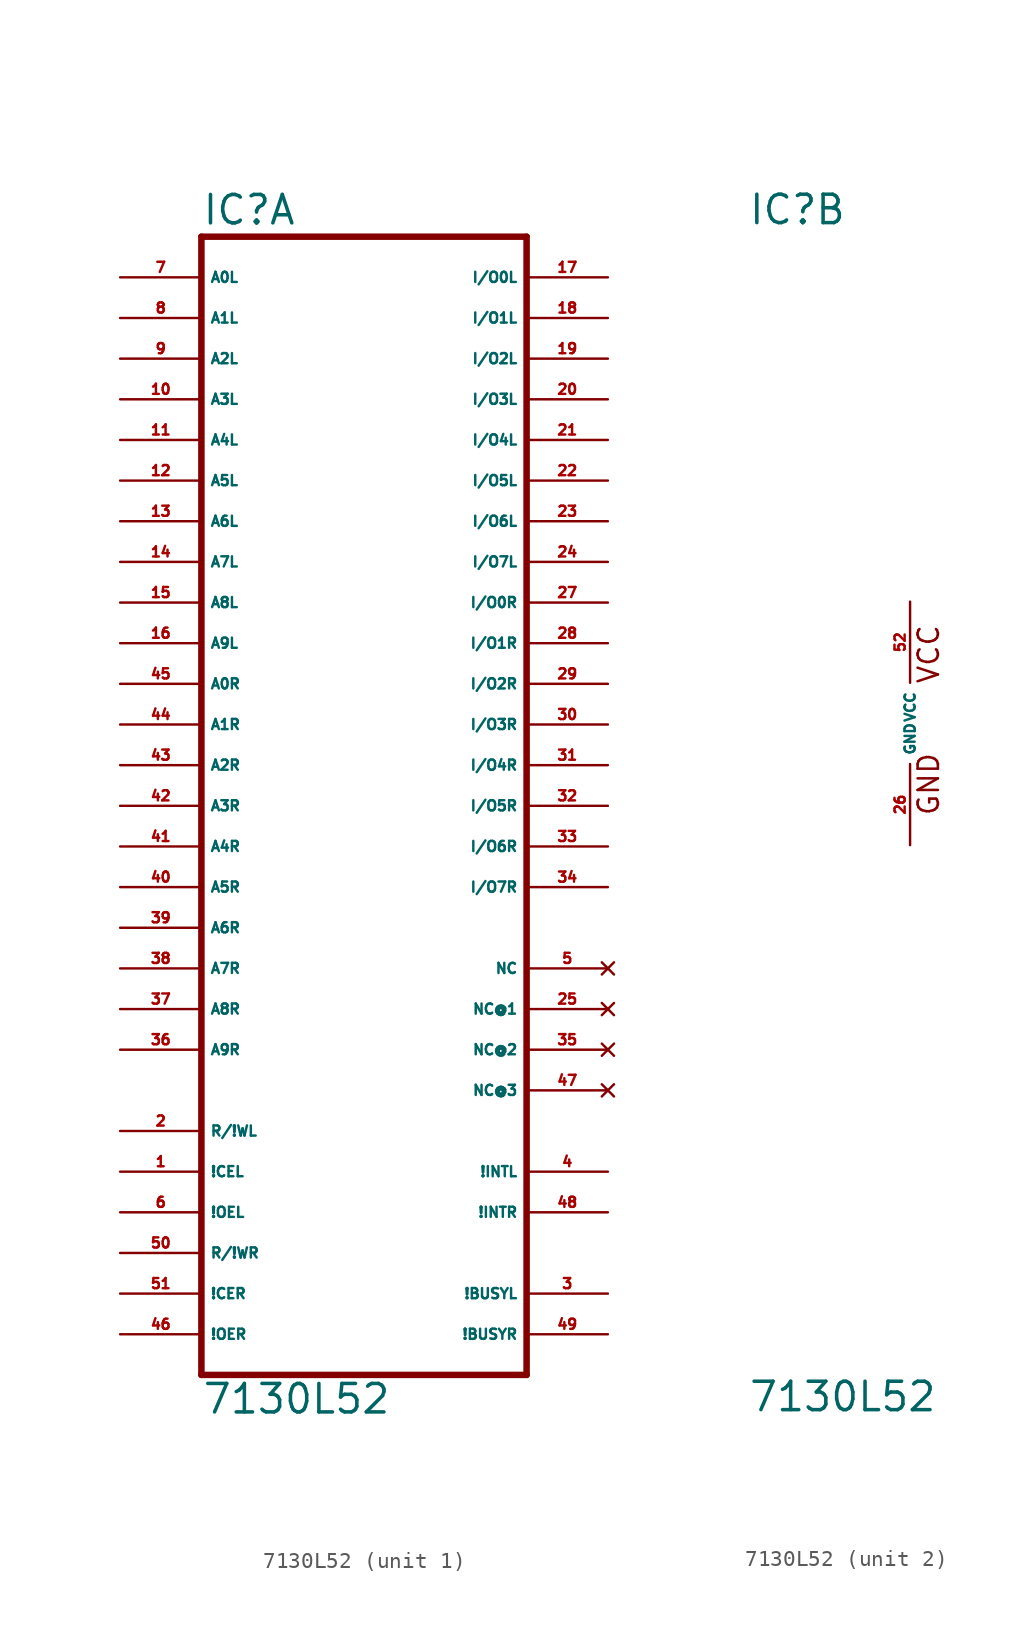
<source format=kicad_sym>
(kicad_symbol_lib
  (version 20220914)
  (generator Eagle2Kicad)
  (symbol "7130L52"
    (property "Reference" "IC"
      (at -10.16 31.115 0)
      (effects (font (size 1.778 1.778) (thickness 0.22)) (justify left bottom)))
    (property "Value" "7130L52"
      (at -10.16 -43.18 0)
      (effects (font (size 1.778 1.778) (thickness 0.22)) (justify left bottom)))
    (symbol "7130L52_1_0"
      (polyline (pts (xy -10.16 -40.64) (xy 10.16 -40.64)) (stroke (width 0.406) (type default)) (fill (type none)))
      (polyline (pts (xy 10.16 -40.64) (xy 10.16 30.48)) (stroke (width 0.406) (type default)) (fill (type none)))
      (polyline (pts (xy 10.16 30.48) (xy -10.16 30.48)) (stroke (width 0.406) (type default)) (fill (type none)))
      (polyline (pts (xy -10.16 30.48) (xy -10.16 -40.64)) (stroke (width 0.406) (type default)) (fill (type none)))
      (pin input line (at -15.24 27.94 0) (length 5.08) (name "A0L" (effects (font (size 0.635 0.635) (thickness 0.08)) (justify left bottom))) (number "7" (effects (font (size 0.635 0.635) (thickness 0.08)) (justify left bottom))))
      (pin input line (at -15.24 25.4 0) (length 5.08) (name "A1L" (effects (font (size 0.635 0.635) (thickness 0.08)) (justify left bottom))) (number "8" (effects (font (size 0.635 0.635) (thickness 0.08)) (justify left bottom))))
      (pin input line (at -15.24 22.86 0) (length 5.08) (name "A2L" (effects (font (size 0.635 0.635) (thickness 0.08)) (justify left bottom))) (number "9" (effects (font (size 0.635 0.635) (thickness 0.08)) (justify left bottom))))
      (pin input line (at -15.24 20.32 0) (length 5.08) (name "A3L" (effects (font (size 0.635 0.635) (thickness 0.08)) (justify left bottom))) (number "10" (effects (font (size 0.635 0.635) (thickness 0.08)) (justify left bottom))))
      (pin input line (at -15.24 17.78 0) (length 5.08) (name "A4L" (effects (font (size 0.635 0.635) (thickness 0.08)) (justify left bottom))) (number "11" (effects (font (size 0.635 0.635) (thickness 0.08)) (justify left bottom))))
      (pin input line (at -15.24 15.24 0) (length 5.08) (name "A5L" (effects (font (size 0.635 0.635) (thickness 0.08)) (justify left bottom))) (number "12" (effects (font (size 0.635 0.635) (thickness 0.08)) (justify left bottom))))
      (pin input line (at -15.24 12.7 0) (length 5.08) (name "A6L" (effects (font (size 0.635 0.635) (thickness 0.08)) (justify left bottom))) (number "13" (effects (font (size 0.635 0.635) (thickness 0.08)) (justify left bottom))))
      (pin input line (at -15.24 10.16 0) (length 5.08) (name "A7L" (effects (font (size 0.635 0.635) (thickness 0.08)) (justify left bottom))) (number "14" (effects (font (size 0.635 0.635) (thickness 0.08)) (justify left bottom))))
      (pin input line (at -15.24 7.62 0) (length 5.08) (name "A8L" (effects (font (size 0.635 0.635) (thickness 0.08)) (justify left bottom))) (number "15" (effects (font (size 0.635 0.635) (thickness 0.08)) (justify left bottom))))
      (pin input line (at -15.24 5.08 0) (length 5.08) (name "A9L" (effects (font (size 0.635 0.635) (thickness 0.08)) (justify left bottom))) (number "16" (effects (font (size 0.635 0.635) (thickness 0.08)) (justify left bottom))))
      (pin input line (at -15.24 2.54 0) (length 5.08) (name "A0R" (effects (font (size 0.635 0.635) (thickness 0.08)) (justify left bottom))) (number "45" (effects (font (size 0.635 0.635) (thickness 0.08)) (justify left bottom))))
      (pin input line (at -15.24 0 0) (length 5.08) (name "A1R" (effects (font (size 0.635 0.635) (thickness 0.08)) (justify left bottom))) (number "44" (effects (font (size 0.635 0.635) (thickness 0.08)) (justify left bottom))))
      (pin input line (at -15.24 -2.54 0) (length 5.08) (name "A2R" (effects (font (size 0.635 0.635) (thickness 0.08)) (justify left bottom))) (number "43" (effects (font (size 0.635 0.635) (thickness 0.08)) (justify left bottom))))
      (pin input line (at -15.24 -5.08 0) (length 5.08) (name "A3R" (effects (font (size 0.635 0.635) (thickness 0.08)) (justify left bottom))) (number "42" (effects (font (size 0.635 0.635) (thickness 0.08)) (justify left bottom))))
      (pin input line (at -15.24 -7.62 0) (length 5.08) (name "A4R" (effects (font (size 0.635 0.635) (thickness 0.08)) (justify left bottom))) (number "41" (effects (font (size 0.635 0.635) (thickness 0.08)) (justify left bottom))))
      (pin input line (at -15.24 -10.16 0) (length 5.08) (name "A5R" (effects (font (size 0.635 0.635) (thickness 0.08)) (justify left bottom))) (number "40" (effects (font (size 0.635 0.635) (thickness 0.08)) (justify left bottom))))
      (pin input line (at -15.24 -12.7 0) (length 5.08) (name "A6R" (effects (font (size 0.635 0.635) (thickness 0.08)) (justify left bottom))) (number "39" (effects (font (size 0.635 0.635) (thickness 0.08)) (justify left bottom))))
      (pin input line (at -15.24 -15.24 0) (length 5.08) (name "A7R" (effects (font (size 0.635 0.635) (thickness 0.08)) (justify left bottom))) (number "38" (effects (font (size 0.635 0.635) (thickness 0.08)) (justify left bottom))))
      (pin input line (at -15.24 -17.78 0) (length 5.08) (name "A8R" (effects (font (size 0.635 0.635) (thickness 0.08)) (justify left bottom))) (number "37" (effects (font (size 0.635 0.635) (thickness 0.08)) (justify left bottom))))
      (pin input line (at -15.24 -20.32 0) (length 5.08) (name "A9R" (effects (font (size 0.635 0.635) (thickness 0.08)) (justify left bottom))) (number "36" (effects (font (size 0.635 0.635) (thickness 0.08)) (justify left bottom))))
      (pin bidirectional line (at 15.24 27.94 180) (length 5.08) (name "I/O0L" (effects (font (size 0.635 0.635) (thickness 0.08)) (justify left bottom))) (number "17" (effects (font (size 0.635 0.635) (thickness 0.08)) (justify left bottom))))
      (pin bidirectional line (at 15.24 25.4 180) (length 5.08) (name "I/O1L" (effects (font (size 0.635 0.635) (thickness 0.08)) (justify left bottom))) (number "18" (effects (font (size 0.635 0.635) (thickness 0.08)) (justify left bottom))))
      (pin bidirectional line (at 15.24 22.86 180) (length 5.08) (name "I/O2L" (effects (font (size 0.635 0.635) (thickness 0.08)) (justify left bottom))) (number "19" (effects (font (size 0.635 0.635) (thickness 0.08)) (justify left bottom))))
      (pin bidirectional line (at 15.24 20.32 180) (length 5.08) (name "I/O3L" (effects (font (size 0.635 0.635) (thickness 0.08)) (justify left bottom))) (number "20" (effects (font (size 0.635 0.635) (thickness 0.08)) (justify left bottom))))
      (pin bidirectional line (at 15.24 17.78 180) (length 5.08) (name "I/O4L" (effects (font (size 0.635 0.635) (thickness 0.08)) (justify left bottom))) (number "21" (effects (font (size 0.635 0.635) (thickness 0.08)) (justify left bottom))))
      (pin bidirectional line (at 15.24 15.24 180) (length 5.08) (name "I/O5L" (effects (font (size 0.635 0.635) (thickness 0.08)) (justify left bottom))) (number "22" (effects (font (size 0.635 0.635) (thickness 0.08)) (justify left bottom))))
      (pin bidirectional line (at 15.24 12.7 180) (length 5.08) (name "I/O6L" (effects (font (size 0.635 0.635) (thickness 0.08)) (justify left bottom))) (number "23" (effects (font (size 0.635 0.635) (thickness 0.08)) (justify left bottom))))
      (pin bidirectional line (at 15.24 10.16 180) (length 5.08) (name "I/O7L" (effects (font (size 0.635 0.635) (thickness 0.08)) (justify left bottom))) (number "24" (effects (font (size 0.635 0.635) (thickness 0.08)) (justify left bottom))))
      (pin bidirectional line (at 15.24 7.62 180) (length 5.08) (name "I/O0R" (effects (font (size 0.635 0.635) (thickness 0.08)) (justify left bottom))) (number "27" (effects (font (size 0.635 0.635) (thickness 0.08)) (justify left bottom))))
      (pin bidirectional line (at 15.24 5.08 180) (length 5.08) (name "I/O1R" (effects (font (size 0.635 0.635) (thickness 0.08)) (justify left bottom))) (number "28" (effects (font (size 0.635 0.635) (thickness 0.08)) (justify left bottom))))
      (pin bidirectional line (at 15.24 2.54 180) (length 5.08) (name "I/O2R" (effects (font (size 0.635 0.635) (thickness 0.08)) (justify left bottom))) (number "29" (effects (font (size 0.635 0.635) (thickness 0.08)) (justify left bottom))))
      (pin bidirectional line (at 15.24 0 180) (length 5.08) (name "I/O3R" (effects (font (size 0.635 0.635) (thickness 0.08)) (justify left bottom))) (number "30" (effects (font (size 0.635 0.635) (thickness 0.08)) (justify left bottom))))
      (pin bidirectional line (at 15.24 -2.54 180) (length 5.08) (name "I/O4R" (effects (font (size 0.635 0.635) (thickness 0.08)) (justify left bottom))) (number "31" (effects (font (size 0.635 0.635) (thickness 0.08)) (justify left bottom))))
      (pin bidirectional line (at 15.24 -5.08 180) (length 5.08) (name "I/O5R" (effects (font (size 0.635 0.635) (thickness 0.08)) (justify left bottom))) (number "32" (effects (font (size 0.635 0.635) (thickness 0.08)) (justify left bottom))))
      (pin bidirectional line (at 15.24 -7.62 180) (length 5.08) (name "I/O6R" (effects (font (size 0.635 0.635) (thickness 0.08)) (justify left bottom))) (number "33" (effects (font (size 0.635 0.635) (thickness 0.08)) (justify left bottom))))
      (pin bidirectional line (at 15.24 -10.16 180) (length 5.08) (name "I/O7R" (effects (font (size 0.635 0.635) (thickness 0.08)) (justify left bottom))) (number "34" (effects (font (size 0.635 0.635) (thickness 0.08)) (justify left bottom))))
      (pin input line (at -15.24 -25.4 0) (length 5.08) (name "R/!WL" (effects (font (size 0.635 0.635) (thickness 0.08)) (justify left bottom))) (number "2" (effects (font (size 0.635 0.635) (thickness 0.08)) (justify left bottom))))
      (pin input line (at -15.24 -27.94 0) (length 5.08) (name "!CEL" (effects (font (size 0.635 0.635) (thickness 0.08)) (justify left bottom))) (number "1" (effects (font (size 0.635 0.635) (thickness 0.08)) (justify left bottom))))
      (pin input line (at -15.24 -30.48 0) (length 5.08) (name "!OEL" (effects (font (size 0.635 0.635) (thickness 0.08)) (justify left bottom))) (number "6" (effects (font (size 0.635 0.635) (thickness 0.08)) (justify left bottom))))
      (pin input line (at -15.24 -33.02 0) (length 5.08) (name "R/!WR" (effects (font (size 0.635 0.635) (thickness 0.08)) (justify left bottom))) (number "50" (effects (font (size 0.635 0.635) (thickness 0.08)) (justify left bottom))))
      (pin input line (at -15.24 -35.56 0) (length 5.08) (name "!CER" (effects (font (size 0.635 0.635) (thickness 0.08)) (justify left bottom))) (number "51" (effects (font (size 0.635 0.635) (thickness 0.08)) (justify left bottom))))
      (pin input line (at -15.24 -38.1 0) (length 5.08) (name "!OER" (effects (font (size 0.635 0.635) (thickness 0.08)) (justify left bottom))) (number "46" (effects (font (size 0.635 0.635) (thickness 0.08)) (justify left bottom))))
      (pin bidirectional line (at 15.24 -35.56 180) (length 5.08) (name "!BUSYL" (effects (font (size 0.635 0.635) (thickness 0.08)) (justify left bottom))) (number "3" (effects (font (size 0.635 0.635) (thickness 0.08)) (justify left bottom))))
      (pin bidirectional line (at 15.24 -38.1 180) (length 5.08) (name "!BUSYR" (effects (font (size 0.635 0.635) (thickness 0.08)) (justify left bottom))) (number "49" (effects (font (size 0.635 0.635) (thickness 0.08)) (justify left bottom))))
      (pin output line (at 15.24 -27.94 180) (length 5.08) (name "!INTL" (effects (font (size 0.635 0.635) (thickness 0.08)) (justify left bottom))) (number "4" (effects (font (size 0.635 0.635) (thickness 0.08)) (justify left bottom))))
      (pin output line (at 15.24 -30.48 180) (length 5.08) (name "!INTR" (effects (font (size 0.635 0.635) (thickness 0.08)) (justify left bottom))) (number "48" (effects (font (size 0.635 0.635) (thickness 0.08)) (justify left bottom))))
      (pin no_connect line (at 15.24 -15.24 180) (length 5.08) (name "NC" (effects (font (size 0.635 0.635) (thickness 0.08)) (justify left bottom) hide)) (number "5" (effects (font (size 0.635 0.635) (thickness 0.08)) (justify left bottom) hide)))
      (pin no_connect line (at 15.24 -17.78 180) (length 5.08) (name "NC@1" (effects (font (size 0.635 0.635) (thickness 0.08)) (justify left bottom) hide)) (number "25" (effects (font (size 0.635 0.635) (thickness 0.08)) (justify left bottom) hide)))
      (pin no_connect line (at 15.24 -20.32 180) (length 5.08) (name "NC@2" (effects (font (size 0.635 0.635) (thickness 0.08)) (justify left bottom) hide)) (number "35" (effects (font (size 0.635 0.635) (thickness 0.08)) (justify left bottom) hide)))
      (pin no_connect line (at 15.24 -22.86 180) (length 5.08) (name "NC@3" (effects (font (size 0.635 0.635) (thickness 0.08)) (justify left bottom) hide)) (number "47" (effects (font (size 0.635 0.635) (thickness 0.08)) (justify left bottom) hide))))
    (symbol "7130L52_2_0"
      (text "GND" (at 1.905 -5.842 900) (effects (font (size 1.27 1.27) (thickness 0.16)) (justify left bottom)))
      (text "VCC" (at 1.905 2.413 900) (effects (font (size 1.27 1.27) (thickness 0.16)) (justify left bottom)))
      (pin unspecified line (at 0 7.62 270) (length 5.08) (name "VCC" (effects (font (size 0.635 0.635) (thickness 0.08)) (justify left bottom))) (number "52" (effects (font (size 0.635 0.635) (thickness 0.08)) (justify left bottom))))
      (pin unspecified line (at 0 -7.62 90) (length 5.08) (name "GND" (effects (font (size 0.635 0.635) (thickness 0.08)) (justify left bottom))) (number "26" (effects (font (size 0.635 0.635) (thickness 0.08)) (justify left bottom)))))))
</source>
